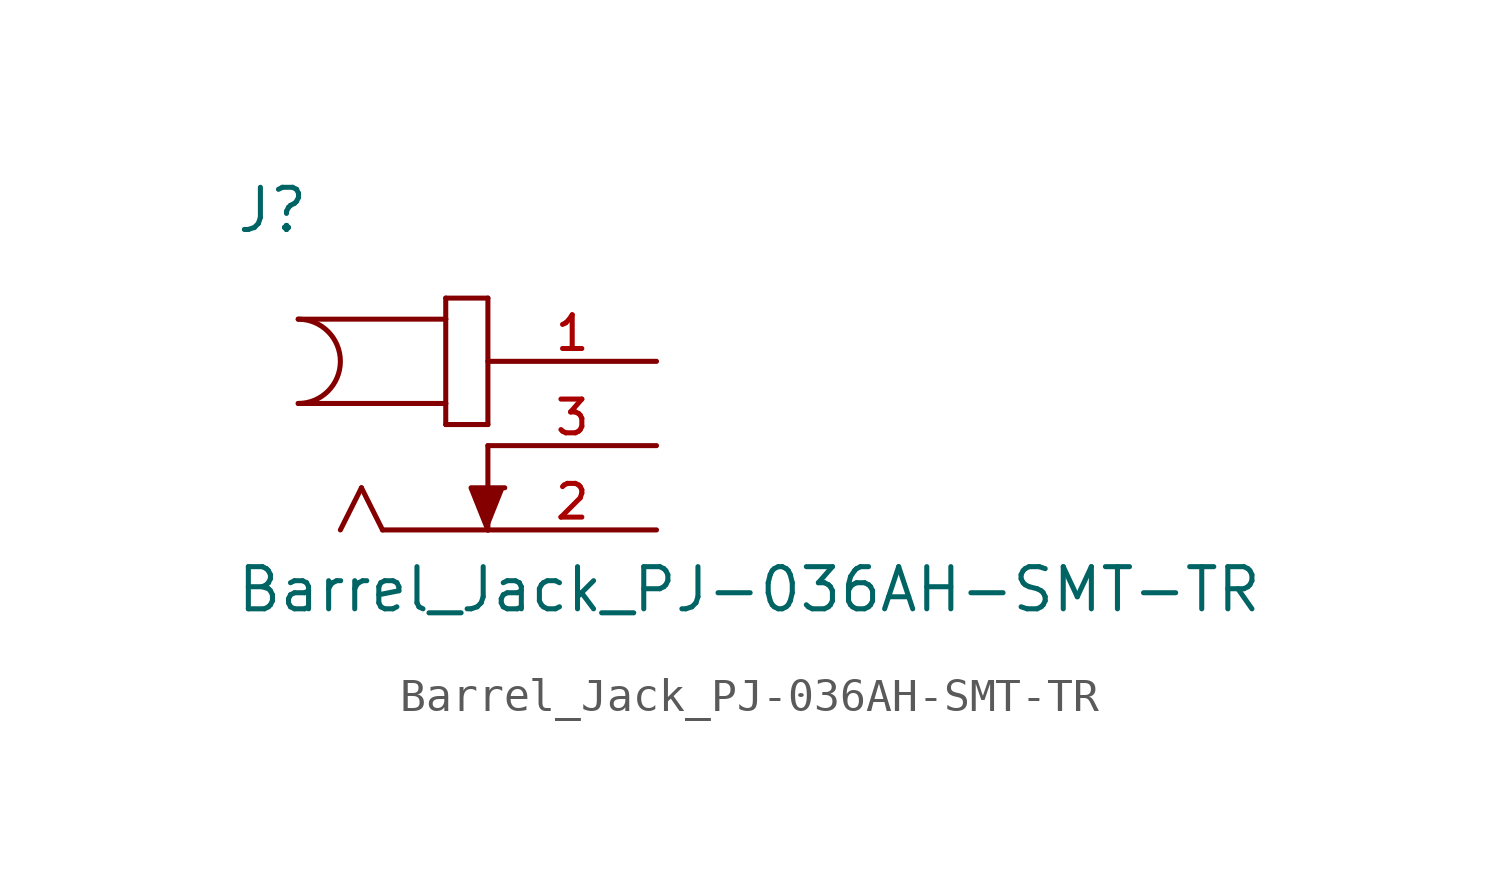
<source format=kicad_sym>
(kicad_symbol_lib
  (version 20231120)
  (generator "kicad_symbol_editor")
  (generator_version "8.0")
  (symbol "Barrel_Jack_PJ-036AH-SMT-TR"
    (pin_names
      (offset 1.016) hide)
    (property "Reference" "J"
      (at 0 1.27 0)
      (effects (font (size 1.27 1.27)) (justify left bottom)))
    (property "Value" "Barrel_Jack_PJ-036AH-SMT-TR"
      (at 0 -10.16 0)
      (effects (font (size 1.27 1.27)) (justify left bottom)))
    (symbol "Barrel_Jack_PJ-036AH-SMT-TR_0_0"
      (polyline (pts (xy 1.905 -1.27) (xy 6.35 -1.27)) (stroke (width 0.152) (type default)) (fill (type none)))
      (polyline (pts (xy 3.81 -6.35) (xy 3.175 -7.62)) (stroke (width 0.152) (type default)) (fill (type none)))
      (polyline (pts (xy 4.445 -7.62) (xy 3.81 -6.35)) (stroke (width 0.152) (type default)) (fill (type none)))
      (polyline (pts (xy 6.35 -4.445) (xy 7.62 -4.445)) (stroke (width 0.152) (type default)) (fill (type none)))
      (polyline (pts (xy 6.35 -3.81) (xy 1.905 -3.81)) (stroke (width 0.152) (type default)) (fill (type none)))
      (polyline (pts (xy 6.35 -3.81) (xy 6.35 -4.445)) (stroke (width 0.152) (type default)) (fill (type none)))
      (polyline (pts (xy 6.35 -1.27) (xy 6.35 -3.81)) (stroke (width 0.152) (type default)) (fill (type none)))
      (polyline (pts (xy 6.35 -0.635) (xy 6.35 -1.27)) (stroke (width 0.152) (type default)) (fill (type none)))
      (polyline (pts (xy 7.62 -7.62) (xy 4.445 -7.62)) (stroke (width 0.152) (type default)) (fill (type none)))
      (polyline (pts (xy 7.62 -5.08) (xy 7.62 -7.62)) (stroke (width 0.152) (type default)) (fill (type none)))
      (polyline (pts (xy 7.62 -4.445) (xy 7.62 -0.635)) (stroke (width 0.152) (type default)) (fill (type none)))
      (polyline (pts (xy 7.62 -0.635) (xy 6.35 -0.635)) (stroke (width 0.152) (type default)) (fill (type none)))
      (polyline (pts (xy 7.62 -7.62) (xy 7.112 -6.35) (xy 8.128 -6.35)) (stroke (width 0.152) (type default)) (fill (type outline)))
      (arc (start 1.905 -3.81) (mid 3.1695 -2.54) (end 1.905 -1.27) (stroke (width 0.1524) (type default)) (fill (type none)))
      (pin passive line (at 12.7 -2.54 180) (length 5.08) (name "1" (effects (font (size 1.016 1.016)))) (number "1" (effects (font (size 1.016 1.016)))))
      (pin passive line (at 12.7 -7.62 180) (length 5.08) (name "2" (effects (font (size 1.016 1.016)))) (number "2" (effects (font (size 1.016 1.016)))))
      (pin passive line (at 12.7 -5.08 180) (length 5.08) (name "3" (effects (font (size 1.016 1.016)))) (number "3" (effects (font (size 1.016 1.016))))))))
</source>
